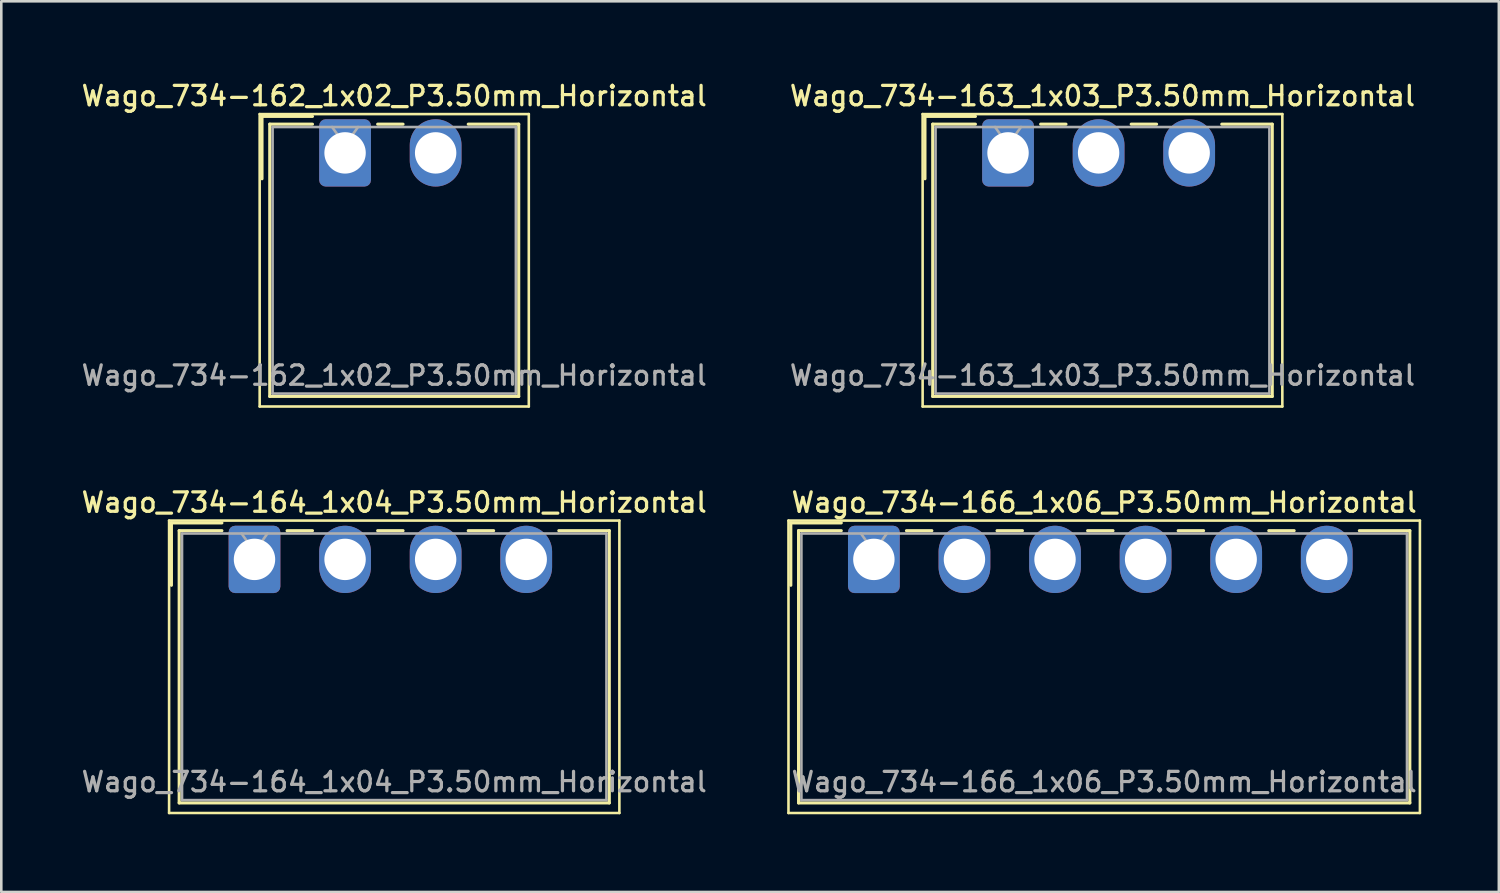
<source format=kicad_pcb>
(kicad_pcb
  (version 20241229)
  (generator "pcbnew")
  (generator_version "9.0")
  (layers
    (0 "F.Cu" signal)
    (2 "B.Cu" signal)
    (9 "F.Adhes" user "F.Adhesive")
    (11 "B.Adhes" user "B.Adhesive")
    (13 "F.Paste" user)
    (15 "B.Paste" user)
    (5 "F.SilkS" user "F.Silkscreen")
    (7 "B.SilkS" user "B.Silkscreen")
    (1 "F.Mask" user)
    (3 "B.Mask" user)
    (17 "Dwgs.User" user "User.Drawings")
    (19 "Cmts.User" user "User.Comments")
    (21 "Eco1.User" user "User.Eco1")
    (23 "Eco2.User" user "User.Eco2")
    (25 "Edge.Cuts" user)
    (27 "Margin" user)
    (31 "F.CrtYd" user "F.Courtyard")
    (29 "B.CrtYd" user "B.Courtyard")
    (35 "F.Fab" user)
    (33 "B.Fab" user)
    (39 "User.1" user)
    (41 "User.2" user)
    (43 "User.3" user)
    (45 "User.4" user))
  (footprint "Wago_734-166_1x06_P3.50mm_Horizontal"
    (layer "F.Cu")
    (at 30.718 18.566)
    (property "Reference" "Wago_734-166_1x06_P3.50mm_Horizontal" (at 8.9 -2.2 0) (layer "F.SilkS") (effects (font (size 0.75 0.75) (thickness 0.125))))
    (attr through_hole)
    (fp_line (start -3.3 -1.5) (end -3.3 9.8) (stroke (width 0.1) (type solid)) (layer "F.SilkS"))
    (fp_line (start -3.3 9.8) (end 21.1 9.8) (stroke (width 0.1) (type solid)) (layer "F.SilkS"))
    (fp_line (start -3.21 -1.41) (end -1.26 -1.41) (stroke (width 0.12) (type solid)) (layer "F.SilkS"))
    (fp_line (start -3.21 1) (end -3.21 -1.41) (stroke (width 0.12) (type solid)) (layer "F.SilkS"))
    (fp_line (start -2.91 -1.11) (end -2.91 9.41) (stroke (width 0.12) (type solid)) (layer "F.SilkS"))
    (fp_line (start -2.91 9.41) (end 20.71 9.41) (stroke (width 0.12) (type solid)) (layer "F.SilkS"))
    (fp_line (start -1.26 -1.11) (end -2.91 -1.11) (stroke (width 0.12) (type solid)) (layer "F.SilkS"))
    (fp_line (start 1.26 -1.11) (end 2.24 -1.11) (stroke (width 0.12) (type solid)) (layer "F.SilkS"))
    (fp_line (start 4.76 -1.11) (end 5.74 -1.11) (stroke (width 0.12) (type solid)) (layer "F.SilkS"))
    (fp_line (start 8.26 -1.11) (end 9.24 -1.11) (stroke (width 0.12) (type solid)) (layer "F.SilkS"))
    (fp_line (start 11.76 -1.11) (end 12.74 -1.11) (stroke (width 0.12) (type solid)) (layer "F.SilkS"))
    (fp_line (start 15.26 -1.11) (end 16.24 -1.11) (stroke (width 0.12) (type solid)) (layer "F.SilkS"))
    (fp_line (start 20.71 -1.11) (end 18.76 -1.11) (stroke (width 0.12) (type solid)) (layer "F.SilkS"))
    (fp_line (start 20.71 9.41) (end 20.71 -1.11) (stroke (width 0.12) (type solid)) (layer "F.SilkS"))
    (fp_line (start 21.1 -1.5) (end -3.3 -1.5) (stroke (width 0.1) (type solid)) (layer "F.SilkS"))
    (fp_line (start 21.1 9.8) (end 21.1 -1.5) (stroke (width 0.1) (type solid)) (layer "F.SilkS"))
    (fp_line (start -2.8 -1) (end -2.8 9.3) (stroke (width 0.1) (type solid)) (layer "F.Fab"))
    (fp_line (start -2.8 9.3) (end 20.6 9.3) (stroke (width 0.1) (type solid)) (layer "F.Fab"))
    (fp_line (start -0.5 -1) (end 0 -0.293) (stroke (width 0.1) (type solid)) (layer "F.Fab"))
    (fp_line (start 0 -0.293) (end 0.5 -1) (stroke (width 0.1) (type solid)) (layer "F.Fab"))
    (fp_line (start 20.6 -1) (end -2.8 -1) (stroke (width 0.1) (type solid)) (layer "F.Fab"))
    (fp_line (start 20.6 9.3) (end 20.6 -1) (stroke (width 0.1) (type solid)) (layer "F.Fab"))
    (fp_text user "${REFERENCE}" (at 8.9 8.6 0) (layer "F.Fab") (effects (font (size 0.75 0.75) (thickness 0.125))))
    (pad "1" thru_hole roundrect (at 0 0) (size 2 2.6) (drill 1.6) (layers "*.Cu" "*.Mask") (roundrect_rratio 0.125))
    (pad "2" thru_hole oval (at 3.5 0) (size 2 2.6) (drill 1.6) (layers "*.Cu" "*.Mask"))
    (pad "3" thru_hole oval (at 7 0) (size 2 2.6) (drill 1.6) (layers "*.Cu" "*.Mask"))
    (pad "4" thru_hole oval (at 10.5 0) (size 2 2.6) (drill 1.6) (layers "*.Cu" "*.Mask"))
    (pad "5" thru_hole oval (at 14 0) (size 2 2.6) (drill 1.6) (layers "*.Cu" "*.Mask"))
    (pad "6" thru_hole oval (at 17.5 0) (size 2 2.6) (drill 1.6) (layers "*.Cu" "*.Mask")))
  (footprint "Wago_734-163_1x03_P3.50mm_Horizontal"
    (layer "F.Cu")
    (at 35.902 2.858)
    (property "Reference" "Wago_734-163_1x03_P3.50mm_Horizontal" (at 3.65 -2.2 0) (layer "F.SilkS") (effects (font (size 0.75 0.75) (thickness 0.125))))
    (attr through_hole)
    (fp_line (start -3.3 -1.5) (end -3.3 9.8) (stroke (width 0.1) (type solid)) (layer "F.SilkS"))
    (fp_line (start -3.3 9.8) (end 10.6 9.8) (stroke (width 0.1) (type solid)) (layer "F.SilkS"))
    (fp_line (start -3.21 -1.41) (end -1.26 -1.41) (stroke (width 0.12) (type solid)) (layer "F.SilkS"))
    (fp_line (start -3.21 1) (end -3.21 -1.41) (stroke (width 0.12) (type solid)) (layer "F.SilkS"))
    (fp_line (start -2.91 -1.11) (end -2.91 9.41) (stroke (width 0.12) (type solid)) (layer "F.SilkS"))
    (fp_line (start -2.91 9.41) (end 10.21 9.41) (stroke (width 0.12) (type solid)) (layer "F.SilkS"))
    (fp_line (start -1.26 -1.11) (end -2.91 -1.11) (stroke (width 0.12) (type solid)) (layer "F.SilkS"))
    (fp_line (start 1.26 -1.11) (end 2.24 -1.11) (stroke (width 0.12) (type solid)) (layer "F.SilkS"))
    (fp_line (start 4.76 -1.11) (end 5.74 -1.11) (stroke (width 0.12) (type solid)) (layer "F.SilkS"))
    (fp_line (start 10.21 -1.11) (end 8.26 -1.11) (stroke (width 0.12) (type solid)) (layer "F.SilkS"))
    (fp_line (start 10.21 9.41) (end 10.21 -1.11) (stroke (width 0.12) (type solid)) (layer "F.SilkS"))
    (fp_line (start 10.6 -1.5) (end -3.3 -1.5) (stroke (width 0.1) (type solid)) (layer "F.SilkS"))
    (fp_line (start 10.6 9.8) (end 10.6 -1.5) (stroke (width 0.1) (type solid)) (layer "F.SilkS"))
    (fp_line (start -2.8 -1) (end -2.8 9.3) (stroke (width 0.1) (type solid)) (layer "F.Fab"))
    (fp_line (start -2.8 9.3) (end 10.1 9.3) (stroke (width 0.1) (type solid)) (layer "F.Fab"))
    (fp_line (start -0.5 -1) (end 0 -0.293) (stroke (width 0.1) (type solid)) (layer "F.Fab"))
    (fp_line (start 0 -0.293) (end 0.5 -1) (stroke (width 0.1) (type solid)) (layer "F.Fab"))
    (fp_line (start 10.1 -1) (end -2.8 -1) (stroke (width 0.1) (type solid)) (layer "F.Fab"))
    (fp_line (start 10.1 9.3) (end 10.1 -1) (stroke (width 0.1) (type solid)) (layer "F.Fab"))
    (fp_text user "${REFERENCE}" (at 3.65 8.6 0) (layer "F.Fab") (effects (font (size 0.75 0.75) (thickness 0.125))))
    (pad "1" thru_hole roundrect (at 0 0) (size 2 2.6) (drill 1.6) (layers "*.Cu" "*.Mask") (roundrect_rratio 0.125))
    (pad "2" thru_hole oval (at 3.5 0) (size 2 2.6) (drill 1.6) (layers "*.Cu" "*.Mask"))
    (pad "3" thru_hole oval (at 7 0) (size 2 2.6) (drill 1.6) (layers "*.Cu" "*.Mask")))
  (footprint "Wago_734-162_1x02_P3.50mm_Horizontal"
    (layer "F.Cu")
    (at 10.284 2.858)
    (property "Reference" "Wago_734-162_1x02_P3.50mm_Horizontal" (at 1.9 -2.2 0) (layer "F.SilkS") (effects (font (size 0.75 0.75) (thickness 0.125))))
    (attr through_hole)
    (fp_line (start -3.3 -1.5) (end -3.3 9.8) (stroke (width 0.1) (type solid)) (layer "F.SilkS"))
    (fp_line (start -3.3 9.8) (end 7.1 9.8) (stroke (width 0.1) (type solid)) (layer "F.SilkS"))
    (fp_line (start -3.21 -1.41) (end -1.26 -1.41) (stroke (width 0.12) (type solid)) (layer "F.SilkS"))
    (fp_line (start -3.21 1) (end -3.21 -1.41) (stroke (width 0.12) (type solid)) (layer "F.SilkS"))
    (fp_line (start -2.91 -1.11) (end -2.91 9.41) (stroke (width 0.12) (type solid)) (layer "F.SilkS"))
    (fp_line (start -2.91 9.41) (end 6.71 9.41) (stroke (width 0.12) (type solid)) (layer "F.SilkS"))
    (fp_line (start -1.26 -1.11) (end -2.91 -1.11) (stroke (width 0.12) (type solid)) (layer "F.SilkS"))
    (fp_line (start 1.26 -1.11) (end 2.24 -1.11) (stroke (width 0.12) (type solid)) (layer "F.SilkS"))
    (fp_line (start 6.71 -1.11) (end 4.76 -1.11) (stroke (width 0.12) (type solid)) (layer "F.SilkS"))
    (fp_line (start 6.71 9.41) (end 6.71 -1.11) (stroke (width 0.12) (type solid)) (layer "F.SilkS"))
    (fp_line (start 7.1 -1.5) (end -3.3 -1.5) (stroke (width 0.1) (type solid)) (layer "F.SilkS"))
    (fp_line (start 7.1 9.8) (end 7.1 -1.5) (stroke (width 0.1) (type solid)) (layer "F.SilkS"))
    (fp_line (start -2.8 -1) (end -2.8 9.3) (stroke (width 0.1) (type solid)) (layer "F.Fab"))
    (fp_line (start -2.8 9.3) (end 6.6 9.3) (stroke (width 0.1) (type solid)) (layer "F.Fab"))
    (fp_line (start -0.5 -1) (end 0 -0.293) (stroke (width 0.1) (type solid)) (layer "F.Fab"))
    (fp_line (start 0 -0.293) (end 0.5 -1) (stroke (width 0.1) (type solid)) (layer "F.Fab"))
    (fp_line (start 6.6 -1) (end -2.8 -1) (stroke (width 0.1) (type solid)) (layer "F.Fab"))
    (fp_line (start 6.6 9.3) (end 6.6 -1) (stroke (width 0.1) (type solid)) (layer "F.Fab"))
    (fp_text user "${REFERENCE}" (at 1.9 8.6 0) (layer "F.Fab") (effects (font (size 0.75 0.75) (thickness 0.125))))
    (pad "1" thru_hole roundrect (at 0 0) (size 2 2.6) (drill 1.6) (layers "*.Cu" "*.Mask") (roundrect_rratio 0.125))
    (pad "2" thru_hole oval (at 3.5 0) (size 2 2.6) (drill 1.6) (layers "*.Cu" "*.Mask")))
  (footprint "Wago_734-164_1x04_P3.50mm_Horizontal"
    (layer "F.Cu")
    (at 6.784 18.566)
    (property "Reference" "Wago_734-164_1x04_P3.50mm_Horizontal" (at 5.4 -2.2 0) (layer "F.SilkS") (effects (font (size 0.75 0.75) (thickness 0.125))))
    (attr through_hole)
    (fp_line (start -3.3 -1.5) (end -3.3 9.8) (stroke (width 0.1) (type solid)) (layer "F.SilkS"))
    (fp_line (start -3.3 9.8) (end 14.1 9.8) (stroke (width 0.1) (type solid)) (layer "F.SilkS"))
    (fp_line (start -3.21 -1.41) (end -1.26 -1.41) (stroke (width 0.12) (type solid)) (layer "F.SilkS"))
    (fp_line (start -3.21 1) (end -3.21 -1.41) (stroke (width 0.12) (type solid)) (layer "F.SilkS"))
    (fp_line (start -2.91 -1.11) (end -2.91 9.41) (stroke (width 0.12) (type solid)) (layer "F.SilkS"))
    (fp_line (start -2.91 9.41) (end 13.71 9.41) (stroke (width 0.12) (type solid)) (layer "F.SilkS"))
    (fp_line (start -1.26 -1.11) (end -2.91 -1.11) (stroke (width 0.12) (type solid)) (layer "F.SilkS"))
    (fp_line (start 1.26 -1.11) (end 2.24 -1.11) (stroke (width 0.12) (type solid)) (layer "F.SilkS"))
    (fp_line (start 4.76 -1.11) (end 5.74 -1.11) (stroke (width 0.12) (type solid)) (layer "F.SilkS"))
    (fp_line (start 8.26 -1.11) (end 9.24 -1.11) (stroke (width 0.12) (type solid)) (layer "F.SilkS"))
    (fp_line (start 13.71 -1.11) (end 11.76 -1.11) (stroke (width 0.12) (type solid)) (layer "F.SilkS"))
    (fp_line (start 13.71 9.41) (end 13.71 -1.11) (stroke (width 0.12) (type solid)) (layer "F.SilkS"))
    (fp_line (start 14.1 -1.5) (end -3.3 -1.5) (stroke (width 0.1) (type solid)) (layer "F.SilkS"))
    (fp_line (start 14.1 9.8) (end 14.1 -1.5) (stroke (width 0.1) (type solid)) (layer "F.SilkS"))
    (fp_line (start -2.8 -1) (end -2.8 9.3) (stroke (width 0.1) (type solid)) (layer "F.Fab"))
    (fp_line (start -2.8 9.3) (end 13.6 9.3) (stroke (width 0.1) (type solid)) (layer "F.Fab"))
    (fp_line (start -0.5 -1) (end 0 -0.293) (stroke (width 0.1) (type solid)) (layer "F.Fab"))
    (fp_line (start 0 -0.293) (end 0.5 -1) (stroke (width 0.1) (type solid)) (layer "F.Fab"))
    (fp_line (start 13.6 -1) (end -2.8 -1) (stroke (width 0.1) (type solid)) (layer "F.Fab"))
    (fp_line (start 13.6 9.3) (end 13.6 -1) (stroke (width 0.1) (type solid)) (layer "F.Fab"))
    (fp_text user "${REFERENCE}" (at 5.4 8.6 0) (layer "F.Fab") (effects (font (size 0.75 0.75) (thickness 0.125))))
    (pad "1" thru_hole roundrect (at 0 0) (size 2 2.6) (drill 1.6) (layers "*.Cu" "*.Mask") (roundrect_rratio 0.125))
    (pad "2" thru_hole oval (at 3.5 0) (size 2 2.6) (drill 1.6) (layers "*.Cu" "*.Mask"))
    (pad "3" thru_hole oval (at 7 0) (size 2 2.6) (drill 1.6) (layers "*.Cu" "*.Mask"))
    (pad "4" thru_hole oval (at 10.5 0) (size 2 2.6) (drill 1.6) (layers "*.Cu" "*.Mask")))
  (gr_rect
    (start -3 -3)
    (end 54.868 31.416)
    (stroke (width 0.1) (type default))
    (fill no)
    (layer "Edge.Cuts")))
</source>
